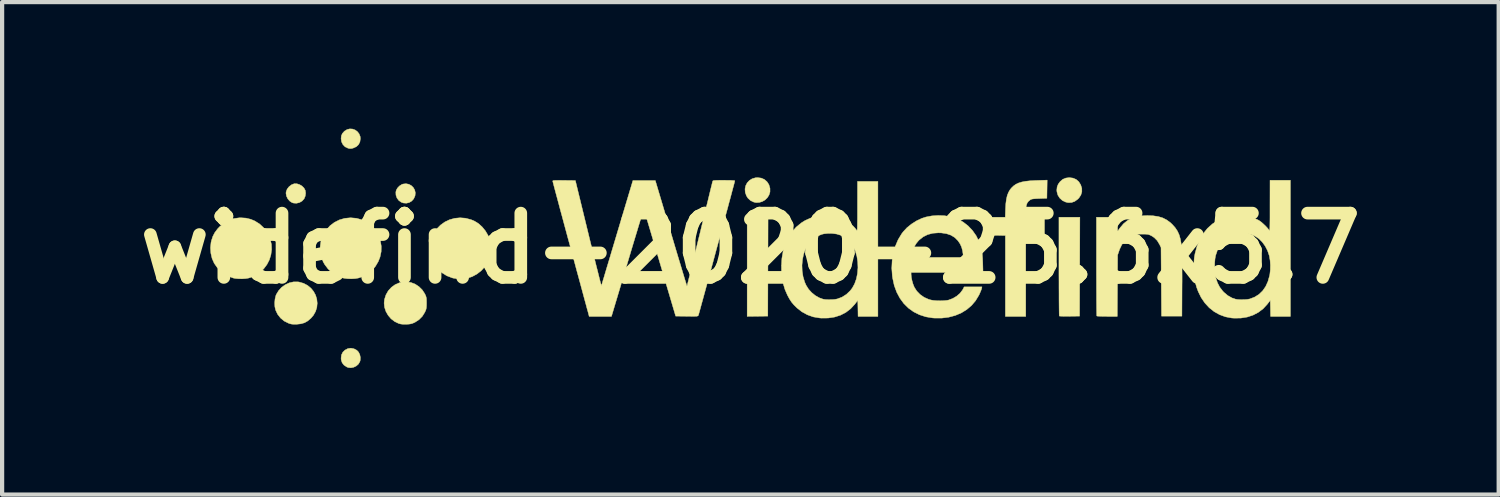
<source format=kicad_pcb>
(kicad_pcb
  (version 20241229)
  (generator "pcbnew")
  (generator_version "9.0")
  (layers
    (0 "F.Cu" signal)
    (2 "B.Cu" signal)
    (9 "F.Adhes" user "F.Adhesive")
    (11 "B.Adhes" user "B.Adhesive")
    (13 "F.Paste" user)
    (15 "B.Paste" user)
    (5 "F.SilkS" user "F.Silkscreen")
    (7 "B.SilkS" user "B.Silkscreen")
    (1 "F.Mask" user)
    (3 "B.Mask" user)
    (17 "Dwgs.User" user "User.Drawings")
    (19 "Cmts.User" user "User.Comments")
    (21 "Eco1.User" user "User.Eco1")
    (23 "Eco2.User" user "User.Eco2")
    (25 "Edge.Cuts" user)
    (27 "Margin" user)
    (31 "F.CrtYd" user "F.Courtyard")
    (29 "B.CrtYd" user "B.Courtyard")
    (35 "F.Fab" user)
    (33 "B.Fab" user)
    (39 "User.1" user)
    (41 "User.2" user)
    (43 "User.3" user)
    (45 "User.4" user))
  (footprint "widefind-2020-25.6x5.7"
    (layer "F.Cu")
    (at 14.739 2.837)
    (property "Reference" "widefind-2020-25.6x5.7" (at 0 0 0) (layer "F.SilkS") (effects (font (size 1.524 1.524) (thickness 0.3))))
    (attr through_hole)
    (fp_poly (pts (xy 0.413 1.607) (xy -0.076 1.613) (xy -0.076 -0.737) (xy 0.419 -0.737) (xy 0.413 1.607)) (stroke (width 0.01) (type solid)) (fill yes) (layer "F.SilkS"))
    (fp_poly (pts (xy 7.804 1.607) (xy 7.568 1.61) (xy 7.493 1.611) (xy 7.427 1.61) (xy 7.374 1.609) (xy 7.338 1.607) (xy 7.324 1.605) (xy 7.323 1.591) (xy 7.321 1.554) (xy 7.32 1.495) (xy 7.319 1.415) (xy 7.318 1.318) (xy 7.317 1.204) (xy 7.317 1.076) (xy 7.316 0.934) (xy 7.316 0.782) (xy 7.315 0.62) (xy 7.315 0.451) (xy 7.315 0.43) (xy 7.315 -0.737) (xy 7.811 -0.737) (xy 7.804 1.607)) (stroke (width 0.01) (type solid)) (fill yes) (layer "F.SilkS"))
    (fp_poly (pts (xy -9.398 2.381) (xy -9.331 2.416) (xy -9.289 2.46) (xy -9.26 2.519) (xy -9.246 2.586) (xy -9.249 2.653) (xy -9.259 2.688) (xy -9.293 2.745) (xy -9.343 2.789) (xy -9.404 2.819) (xy -9.47 2.832) (xy -9.535 2.825) (xy -9.569 2.812) (xy -9.635 2.767) (xy -9.678 2.712) (xy -9.7 2.644) (xy -9.703 2.603) (xy -9.693 2.525) (xy -9.661 2.461) (xy -9.611 2.413) (xy -9.543 2.377) (xy -9.471 2.367) (xy -9.398 2.381)) (stroke (width 0.01) (type solid)) (fill yes) (layer "F.SilkS"))
    (fp_poly (pts (xy -8.097 -1.519) (xy -8.038 -1.487) (xy -7.99 -1.44) (xy -7.957 -1.382) (xy -7.943 -1.316) (xy -7.95 -1.245) (xy -7.95 -1.245) (xy -7.981 -1.175) (xy -8.028 -1.122) (xy -8.087 -1.086) (xy -8.155 -1.07) (xy -8.226 -1.075) (xy -8.278 -1.094) (xy -8.336 -1.136) (xy -8.378 -1.193) (xy -8.402 -1.261) (xy -8.405 -1.332) (xy -8.396 -1.375) (xy -8.367 -1.428) (xy -8.321 -1.477) (xy -8.265 -1.513) (xy -8.236 -1.524) (xy -8.164 -1.532) (xy -8.097 -1.519)) (stroke (width 0.01) (type solid)) (fill yes) (layer "F.SilkS"))
    (fp_poly (pts (xy -10.751 -1.531) (xy -10.688 -1.511) (xy -10.629 -1.476) (xy -10.582 -1.429) (xy -10.553 -1.376) (xy -10.543 -1.309) (xy -10.553 -1.238) (xy -10.58 -1.174) (xy -10.583 -1.17) (xy -10.63 -1.12) (xy -10.691 -1.085) (xy -10.76 -1.069) (xy -10.829 -1.073) (xy -10.865 -1.084) (xy -10.922 -1.122) (xy -10.967 -1.175) (xy -10.997 -1.238) (xy -11.009 -1.304) (xy -11.006 -1.338) (xy -10.982 -1.403) (xy -10.938 -1.46) (xy -10.881 -1.505) (xy -10.816 -1.531) (xy -10.811 -1.532) (xy -10.751 -1.531)) (stroke (width 0.01) (type solid)) (fill yes) (layer "F.SilkS"))
    (fp_poly (pts (xy 7.648 -1.665) (xy 7.723 -1.633) (xy 7.785 -1.579) (xy 7.831 -1.505) (xy 7.857 -1.423) (xy 7.858 -1.341) (xy 7.835 -1.264) (xy 7.788 -1.193) (xy 7.759 -1.164) (xy 7.687 -1.112) (xy 7.612 -1.086) (xy 7.532 -1.084) (xy 7.472 -1.098) (xy 7.397 -1.134) (xy 7.336 -1.189) (xy 7.291 -1.258) (xy 7.268 -1.337) (xy 7.264 -1.381) (xy 7.272 -1.455) (xy 7.297 -1.519) (xy 7.342 -1.581) (xy 7.404 -1.635) (xy 7.478 -1.666) (xy 7.56 -1.676) (xy 7.648 -1.665)) (stroke (width 0.01) (type solid)) (fill yes) (layer "F.SilkS"))
    (fp_poly (pts (xy 0.258 -1.665) (xy 0.333 -1.632) (xy 0.394 -1.579) (xy 0.439 -1.51) (xy 0.464 -1.426) (xy 0.465 -1.416) (xy 0.465 -1.337) (xy 0.442 -1.264) (xy 0.401 -1.199) (xy 0.346 -1.146) (xy 0.279 -1.108) (xy 0.205 -1.087) (xy 0.127 -1.086) (xy 0.079 -1.097) (xy 0.002 -1.134) (xy -0.058 -1.19) (xy -0.094 -1.247) (xy -0.122 -1.328) (xy -0.127 -1.408) (xy -0.111 -1.484) (xy -0.076 -1.552) (xy -0.024 -1.608) (xy 0.043 -1.65) (xy 0.122 -1.673) (xy 0.171 -1.676) (xy 0.258 -1.665)) (stroke (width 0.01) (type solid)) (fill yes) (layer "F.SilkS"))
    (fp_poly (pts (xy -9.432 -2.828) (xy -9.371 -2.806) (xy -9.318 -2.768) (xy -9.277 -2.716) (xy -9.251 -2.652) (xy -9.246 -2.6) (xy -9.257 -2.523) (xy -9.29 -2.459) (xy -9.342 -2.41) (xy -9.413 -2.378) (xy -9.417 -2.376) (xy -9.461 -2.366) (xy -9.495 -2.365) (xy -9.531 -2.372) (xy -9.542 -2.375) (xy -9.608 -2.407) (xy -9.658 -2.458) (xy -9.691 -2.523) (xy -9.703 -2.599) (xy -9.703 -2.603) (xy -9.696 -2.669) (xy -9.672 -2.723) (xy -9.627 -2.774) (xy -9.621 -2.779) (xy -9.561 -2.816) (xy -9.497 -2.832) (xy -9.432 -2.828)) (stroke (width 0.01) (type solid)) (fill yes) (layer "F.SilkS"))
    (fp_poly (pts (xy -10.699 0.799) (xy -10.591 0.83) (xy -10.497 0.88) (xy -10.418 0.945) (xy -10.355 1.022) (xy -10.308 1.109) (xy -10.279 1.203) (xy -10.269 1.301) (xy -10.278 1.399) (xy -10.308 1.496) (xy -10.359 1.587) (xy -10.417 1.655) (xy -10.492 1.72) (xy -10.569 1.764) (xy -10.656 1.789) (xy -10.757 1.8) (xy -10.821 1.8) (xy -10.869 1.797) (xy -10.909 1.789) (xy -10.947 1.776) (xy -11.051 1.724) (xy -11.138 1.652) (xy -11.207 1.564) (xy -11.255 1.463) (xy -11.273 1.383) (xy -11.277 1.293) (xy -11.269 1.202) (xy -11.249 1.119) (xy -11.238 1.092) (xy -11.182 1.001) (xy -11.11 0.923) (xy -11.024 0.862) (xy -10.929 0.818) (xy -10.829 0.795) (xy -10.727 0.795) (xy -10.699 0.799)) (stroke (width 0.01) (type solid)) (fill yes) (layer "F.SilkS"))
    (fp_poly (pts (xy -9.338 -0.712) (xy -9.211 -0.677) (xy -9.095 -0.619) (xy -8.991 -0.541) (xy -8.902 -0.444) (xy -8.829 -0.329) (xy -8.821 -0.311) (xy -8.773 -0.184) (xy -8.751 -0.054) (xy -8.753 0.078) (xy -8.78 0.207) (xy -8.821 0.311) (xy -8.89 0.428) (xy -8.977 0.528) (xy -9.081 0.61) (xy -9.197 0.672) (xy -9.293 0.704) (xy -9.371 0.717) (xy -9.461 0.722) (xy -9.553 0.719) (xy -9.637 0.708) (xy -9.671 0.7) (xy -9.799 0.65) (xy -9.913 0.579) (xy -10.012 0.488) (xy -10.094 0.379) (xy -10.127 0.32) (xy -10.171 0.206) (xy -10.195 0.083) (xy -10.198 -0.043) (xy -10.181 -0.168) (xy -10.143 -0.285) (xy -10.127 -0.32) (xy -10.054 -0.437) (xy -9.965 -0.536) (xy -9.861 -0.615) (xy -9.744 -0.674) (xy -9.617 -0.711) (xy -9.482 -0.724) (xy -9.474 -0.724) (xy -9.338 -0.712)) (stroke (width 0.01) (type solid)) (fill yes) (layer "F.SilkS"))
    (fp_poly (pts (xy -11.956 -0.716) (xy -11.846 -0.689) (xy -11.75 -0.649) (xy -11.636 -0.578) (xy -11.538 -0.487) (xy -11.458 -0.38) (xy -11.398 -0.259) (xy -11.385 -0.222) (xy -11.355 -0.095) (xy -11.35 0.031) (xy -11.367 0.155) (xy -11.404 0.274) (xy -11.461 0.384) (xy -11.536 0.484) (xy -11.627 0.571) (xy -11.733 0.641) (xy -11.853 0.692) (xy -11.896 0.705) (xy -11.962 0.716) (xy -12.043 0.722) (xy -12.128 0.721) (xy -12.207 0.714) (xy -12.252 0.706) (xy -12.358 0.668) (xy -12.463 0.61) (xy -12.56 0.536) (xy -12.644 0.449) (xy -12.711 0.354) (xy -12.761 0.241) (xy -12.79 0.117) (xy -12.799 -0.012) (xy -12.786 -0.141) (xy -12.776 -0.183) (xy -12.743 -0.284) (xy -12.697 -0.373) (xy -12.633 -0.459) (xy -12.58 -0.515) (xy -12.478 -0.602) (xy -12.369 -0.665) (xy -12.25 -0.705) (xy -12.12 -0.723) (xy -12.077 -0.724) (xy -11.956 -0.716)) (stroke (width 0.01) (type solid)) (fill yes) (layer "F.SilkS"))
    (fp_poly (pts (xy 7.029 -1.187) (xy 6.851 -1.181) (xy 6.776 -1.178) (xy 6.722 -1.174) (xy 6.684 -1.169) (xy 6.657 -1.162) (xy 6.637 -1.152) (xy 6.635 -1.15) (xy 6.594 -1.117) (xy 6.563 -1.077) (xy 6.544 -1.026) (xy 6.532 -0.961) (xy 6.528 -0.875) (xy 6.528 -0.852) (xy 6.528 -0.737) (xy 6.972 -0.737) (xy 6.972 -0.305) (xy 6.528 -0.305) (xy 6.528 1.613) (xy 6.045 1.613) (xy 6.045 -0.304) (xy 5.864 -0.308) (xy 5.683 -0.311) (xy 5.68 -0.524) (xy 5.676 -0.737) (xy 6.042 -0.737) (xy 6.049 -0.937) (xy 6.056 -1.062) (xy 6.07 -1.166) (xy 6.09 -1.253) (xy 6.119 -1.327) (xy 6.156 -1.39) (xy 6.192 -1.434) (xy 6.241 -1.481) (xy 6.295 -1.519) (xy 6.358 -1.549) (xy 6.433 -1.572) (xy 6.523 -1.589) (xy 6.632 -1.601) (xy 6.762 -1.608) (xy 6.792 -1.609) (xy 7.036 -1.617) (xy 7.029 -1.187)) (stroke (width 0.01) (type solid)) (fill yes) (layer "F.SilkS"))
    (fp_poly (pts (xy -8.044 0.811) (xy -7.945 0.85) (xy -7.856 0.909) (xy -7.779 0.985) (xy -7.719 1.077) (xy -7.715 1.086) (xy -7.697 1.123) (xy -7.687 1.155) (xy -7.68 1.191) (xy -7.678 1.236) (xy -7.677 1.295) (xy -7.678 1.358) (xy -7.681 1.402) (xy -7.687 1.438) (xy -7.698 1.472) (xy -7.717 1.512) (xy -7.717 1.514) (xy -7.777 1.611) (xy -7.855 1.69) (xy -7.95 1.752) (xy -7.96 1.757) (xy -8.008 1.778) (xy -8.05 1.79) (xy -8.095 1.797) (xy -8.156 1.8) (xy -8.16 1.8) (xy -8.233 1.8) (xy -8.289 1.794) (xy -8.337 1.781) (xy -8.338 1.781) (xy -8.435 1.734) (xy -8.519 1.669) (xy -8.587 1.589) (xy -8.639 1.499) (xy -8.672 1.4) (xy -8.683 1.298) (xy -8.674 1.211) (xy -8.639 1.102) (xy -8.584 1.006) (xy -8.51 0.925) (xy -8.422 0.861) (xy -8.32 0.816) (xy -8.254 0.8) (xy -8.148 0.794) (xy -8.044 0.811)) (stroke (width 0.01) (type solid)) (fill yes) (layer "F.SilkS"))
    (fp_poly (pts (xy -6.753 -0.714) (xy -6.623 -0.68) (xy -6.54 -0.645) (xy -6.446 -0.587) (xy -6.359 -0.508) (xy -6.282 -0.414) (xy -6.22 -0.309) (xy -6.176 -0.199) (xy -6.166 -0.162) (xy -6.148 -0.033) (xy -6.154 0.093) (xy -6.182 0.216) (xy -6.23 0.331) (xy -6.297 0.437) (xy -6.382 0.531) (xy -6.482 0.609) (xy -6.595 0.67) (xy -6.699 0.705) (xy -6.777 0.718) (xy -6.867 0.722) (xy -6.959 0.719) (xy -7.041 0.707) (xy -7.068 0.7) (xy -7.196 0.651) (xy -7.31 0.58) (xy -7.408 0.491) (xy -7.49 0.384) (xy -7.553 0.261) (xy -7.566 0.226) (xy -7.582 0.176) (xy -7.592 0.129) (xy -7.597 0.077) (xy -7.598 0.011) (xy -7.598 0) (xy -7.597 -0.069) (xy -7.593 -0.122) (xy -7.584 -0.169) (xy -7.568 -0.218) (xy -7.566 -0.226) (xy -7.509 -0.352) (xy -7.435 -0.461) (xy -7.345 -0.552) (xy -7.243 -0.625) (xy -7.13 -0.679) (xy -7.009 -0.712) (xy -6.882 -0.724) (xy -6.753 -0.714)) (stroke (width 0.01) (type solid)) (fill yes) (layer "F.SilkS"))
    (fp_poly (pts (xy 9.55 -0.771) (xy 9.671 -0.753) (xy 9.776 -0.721) (xy 9.87 -0.673) (xy 9.957 -0.609) (xy 10.002 -0.566) (xy 10.07 -0.49) (xy 10.124 -0.409) (xy 10.165 -0.32) (xy 10.194 -0.218) (xy 10.215 -0.098) (xy 10.224 -0.006) (xy 10.227 0.035) (xy 10.229 0.099) (xy 10.23 0.183) (xy 10.232 0.283) (xy 10.233 0.397) (xy 10.233 0.521) (xy 10.234 0.654) (xy 10.234 0.792) (xy 10.233 0.876) (xy 10.23 1.607) (xy 9.747 1.607) (xy 9.735 -0.019) (xy 9.701 -0.09) (xy 9.645 -0.183) (xy 9.574 -0.255) (xy 9.502 -0.301) (xy 9.469 -0.316) (xy 9.44 -0.327) (xy 9.407 -0.333) (xy 9.366 -0.336) (xy 9.308 -0.336) (xy 9.277 -0.337) (xy 9.211 -0.336) (xy 9.164 -0.334) (xy 9.128 -0.33) (xy 9.097 -0.321) (xy 9.064 -0.307) (xy 9.041 -0.297) (xy 8.946 -0.241) (xy 8.868 -0.172) (xy 8.805 -0.086) (xy 8.754 0.02) (xy 8.74 0.06) (xy 8.706 0.159) (xy 8.698 1.613) (xy 8.46 1.613) (xy 8.384 1.612) (xy 8.318 1.611) (xy 8.264 1.609) (xy 8.228 1.607) (xy 8.213 1.604) (xy 8.213 1.604) (xy 8.211 1.591) (xy 8.21 1.554) (xy 8.209 1.494) (xy 8.208 1.415) (xy 8.207 1.318) (xy 8.206 1.204) (xy 8.206 1.076) (xy 8.205 0.934) (xy 8.205 0.782) (xy 8.204 0.62) (xy 8.204 0.451) (xy 8.204 0.43) (xy 8.204 -0.737) (xy 8.699 -0.737) (xy 8.702 -0.571) (xy 8.706 -0.406) (xy 8.765 -0.487) (xy 8.845 -0.582) (xy 8.935 -0.656) (xy 9.036 -0.712) (xy 9.152 -0.75) (xy 9.285 -0.771) (xy 9.411 -0.777) (xy 9.55 -0.771)) (stroke (width 0.01) (type solid)) (fill yes) (layer "F.SilkS"))
    (fp_poly (pts (xy 3.023 1.613) (xy 2.553 1.613) (xy 2.55 1.423) (xy 2.546 1.232) (xy 2.474 1.326) (xy 2.376 1.432) (xy 2.264 1.518) (xy 2.137 1.584) (xy 1.997 1.629) (xy 1.846 1.652) (xy 1.684 1.654) (xy 1.638 1.65) (xy 1.49 1.625) (xy 1.35 1.575) (xy 1.219 1.503) (xy 1.106 1.414) (xy 1.033 1.342) (xy 0.974 1.272) (xy 0.924 1.194) (xy 0.879 1.111) (xy 0.821 0.978) (xy 0.779 0.839) (xy 0.752 0.689) (xy 0.738 0.524) (xy 0.737 0.427) (xy 0.738 0.403) (xy 1.223 0.403) (xy 1.228 0.54) (xy 1.249 0.674) (xy 1.288 0.802) (xy 1.322 0.878) (xy 1.378 0.967) (xy 1.452 1.049) (xy 1.538 1.119) (xy 1.631 1.172) (xy 1.723 1.205) (xy 1.779 1.214) (xy 1.85 1.217) (xy 1.926 1.216) (xy 1.997 1.211) (xy 2.053 1.201) (xy 2.056 1.201) (xy 2.173 1.157) (xy 2.277 1.091) (xy 2.368 1.004) (xy 2.415 0.943) (xy 2.471 0.841) (xy 2.513 0.724) (xy 2.539 0.595) (xy 2.55 0.46) (xy 2.545 0.324) (xy 2.525 0.191) (xy 2.489 0.067) (xy 2.465 0.01) (xy 2.399 -0.101) (xy 2.316 -0.195) (xy 2.218 -0.27) (xy 2.133 -0.313) (xy 2.047 -0.339) (xy 1.948 -0.353) (xy 1.845 -0.355) (xy 1.747 -0.345) (xy 1.693 -0.332) (xy 1.578 -0.285) (xy 1.478 -0.217) (xy 1.436 -0.179) (xy 1.363 -0.089) (xy 1.305 0.018) (xy 1.262 0.138) (xy 1.235 0.268) (xy 1.223 0.403) (xy 0.738 0.403) (xy 0.747 0.24) (xy 0.777 0.064) (xy 0.827 -0.1) (xy 0.895 -0.25) (xy 0.982 -0.384) (xy 1.085 -0.502) (xy 1.206 -0.602) (xy 1.295 -0.658) (xy 1.421 -0.715) (xy 1.557 -0.754) (xy 1.699 -0.775) (xy 1.844 -0.778) (xy 1.985 -0.764) (xy 2.12 -0.731) (xy 2.242 -0.68) (xy 2.282 -0.658) (xy 2.33 -0.624) (xy 2.385 -0.576) (xy 2.441 -0.522) (xy 2.489 -0.469) (xy 2.517 -0.432) (xy 2.522 -0.426) (xy 2.526 -0.424) (xy 2.53 -0.43) (xy 2.533 -0.445) (xy 2.535 -0.47) (xy 2.536 -0.509) (xy 2.537 -0.563) (xy 2.538 -0.634) (xy 2.539 -0.723) (xy 2.539 -0.834) (xy 2.539 -0.968) (xy 2.539 -0.994) (xy 2.54 -1.587) (xy 3.023 -1.587) (xy 3.023 1.613)) (stroke (width 0.01) (type solid)) (fill yes) (layer "F.SilkS"))
    (fp_poly (pts (xy 4.599 -0.773) (xy 4.74 -0.751) (xy 4.869 -0.713) (xy 4.91 -0.697) (xy 5.04 -0.626) (xy 5.159 -0.534) (xy 5.264 -0.424) (xy 5.352 -0.299) (xy 5.418 -0.165) (xy 5.448 -0.087) (xy 5.47 -0.015) (xy 5.486 0.058) (xy 5.497 0.139) (xy 5.504 0.232) (xy 5.509 0.34) (xy 5.515 0.572) (xy 3.81 0.572) (xy 3.81 0.619) (xy 3.816 0.687) (xy 3.832 0.766) (xy 3.855 0.846) (xy 3.883 0.915) (xy 3.885 0.921) (xy 3.945 1.014) (xy 4.024 1.095) (xy 4.118 1.161) (xy 4.225 1.209) (xy 4.281 1.225) (xy 4.345 1.236) (xy 4.422 1.242) (xy 4.506 1.244) (xy 4.587 1.241) (xy 4.657 1.234) (xy 4.696 1.227) (xy 4.798 1.189) (xy 4.891 1.134) (xy 4.97 1.066) (xy 5.029 0.988) (xy 5.041 0.967) (xy 5.068 0.914) (xy 5.49 0.914) (xy 5.481 0.956) (xy 5.472 0.985) (xy 5.454 1.029) (xy 5.431 1.082) (xy 5.416 1.113) (xy 5.338 1.242) (xy 5.242 1.355) (xy 5.128 1.452) (xy 5 1.531) (xy 4.858 1.591) (xy 4.704 1.632) (xy 4.54 1.653) (xy 4.367 1.653) (xy 4.322 1.65) (xy 4.159 1.623) (xy 4.008 1.574) (xy 3.87 1.505) (xy 3.746 1.416) (xy 3.637 1.308) (xy 3.545 1.182) (xy 3.469 1.04) (xy 3.411 0.882) (xy 3.373 0.708) (xy 3.365 0.655) (xy 3.352 0.472) (xy 3.361 0.29) (xy 3.376 0.194) (xy 3.817 0.194) (xy 3.817 0.199) (xy 3.821 0.203) (xy 3.831 0.206) (xy 3.849 0.209) (xy 3.878 0.211) (xy 3.918 0.213) (xy 3.973 0.214) (xy 4.044 0.215) (xy 4.134 0.216) (xy 4.244 0.216) (xy 4.377 0.216) (xy 4.432 0.216) (xy 5.052 0.216) (xy 5.046 0.162) (xy 5.03 0.057) (xy 5.007 -0.029) (xy 4.973 -0.104) (xy 4.926 -0.174) (xy 4.918 -0.184) (xy 4.845 -0.257) (xy 4.755 -0.312) (xy 4.649 -0.348) (xy 4.526 -0.366) (xy 4.457 -0.368) (xy 4.323 -0.358) (xy 4.202 -0.326) (xy 4.096 -0.273) (xy 4.003 -0.199) (xy 3.989 -0.185) (xy 3.937 -0.123) (xy 3.896 -0.057) (xy 3.863 0.019) (xy 3.835 0.111) (xy 3.817 0.194) (xy 3.376 0.194) (xy 3.389 0.115) (xy 3.437 -0.051) (xy 3.503 -0.206) (xy 3.587 -0.345) (xy 3.621 -0.39) (xy 3.711 -0.488) (xy 3.82 -0.576) (xy 3.94 -0.652) (xy 4.065 -0.711) (xy 4.161 -0.742) (xy 4.303 -0.769) (xy 4.451 -0.779) (xy 4.599 -0.773)) (stroke (width 0.01) (type solid)) (fill yes) (layer "F.SilkS"))
    (fp_poly (pts (xy 12.802 1.613) (xy 12.332 1.613) (xy 12.329 1.423) (xy 12.325 1.232) (xy 12.253 1.326) (xy 12.156 1.431) (xy 12.043 1.517) (xy 11.917 1.583) (xy 11.778 1.629) (xy 11.628 1.653) (xy 11.47 1.655) (xy 11.41 1.651) (xy 11.262 1.623) (xy 11.123 1.572) (xy 10.994 1.5) (xy 10.877 1.407) (xy 10.774 1.295) (xy 10.686 1.166) (xy 10.615 1.021) (xy 10.613 1.014) (xy 10.581 0.929) (xy 10.558 0.848) (xy 10.541 0.765) (xy 10.529 0.673) (xy 10.522 0.567) (xy 10.519 0.489) (xy 10.518 0.443) (xy 11.006 0.443) (xy 11.01 0.544) (xy 11.021 0.636) (xy 11.034 0.7) (xy 11.074 0.819) (xy 11.127 0.921) (xy 11.196 1.011) (xy 11.225 1.042) (xy 11.319 1.121) (xy 11.419 1.177) (xy 11.502 1.205) (xy 11.558 1.214) (xy 11.629 1.217) (xy 11.705 1.216) (xy 11.776 1.211) (xy 11.832 1.201) (xy 11.835 1.201) (xy 11.952 1.157) (xy 12.055 1.093) (xy 12.143 1.009) (xy 12.215 0.906) (xy 12.27 0.785) (xy 12.309 0.646) (xy 12.315 0.616) (xy 12.326 0.513) (xy 12.328 0.4) (xy 12.321 0.289) (xy 12.304 0.188) (xy 12.3 0.171) (xy 12.26 0.054) (xy 12.204 -0.054) (xy 12.135 -0.149) (xy 12.056 -0.228) (xy 11.97 -0.286) (xy 11.957 -0.292) (xy 11.885 -0.323) (xy 11.817 -0.342) (xy 11.742 -0.352) (xy 11.657 -0.355) (xy 11.529 -0.344) (xy 11.412 -0.311) (xy 11.307 -0.256) (xy 11.216 -0.18) (xy 11.139 -0.084) (xy 11.077 0.031) (xy 11.031 0.165) (xy 11.029 0.171) (xy 11.015 0.249) (xy 11.007 0.342) (xy 11.006 0.443) (xy 10.518 0.443) (xy 10.517 0.402) (xy 10.517 0.333) (xy 10.519 0.278) (xy 10.523 0.23) (xy 10.53 0.183) (xy 10.54 0.131) (xy 10.54 0.128) (xy 10.588 -0.048) (xy 10.653 -0.207) (xy 10.736 -0.349) (xy 10.836 -0.473) (xy 10.953 -0.578) (xy 11.074 -0.658) (xy 11.199 -0.715) (xy 11.335 -0.754) (xy 11.478 -0.775) (xy 11.622 -0.778) (xy 11.763 -0.764) (xy 11.898 -0.731) (xy 12.02 -0.681) (xy 12.061 -0.658) (xy 12.109 -0.624) (xy 12.164 -0.576) (xy 12.22 -0.522) (xy 12.268 -0.469) (xy 12.296 -0.432) (xy 12.301 -0.426) (xy 12.305 -0.424) (xy 12.309 -0.43) (xy 12.311 -0.445) (xy 12.314 -0.47) (xy 12.315 -0.509) (xy 12.316 -0.562) (xy 12.317 -0.632) (xy 12.318 -0.721) (xy 12.318 -0.831) (xy 12.318 -0.964) (xy 12.318 -1.006) (xy 12.319 -1.613) (xy 12.802 -1.613) (xy 12.802 1.613)) (stroke (width 0.01) (type solid)) (fill yes) (layer "F.SilkS"))
    (fp_poly (pts (xy -0.536 -1.612) (xy -0.463 -1.611) (xy -0.409 -1.608) (xy -0.377 -1.604) (xy -0.368 -1.6) (xy -0.372 -1.587) (xy -0.381 -1.55) (xy -0.396 -1.492) (xy -0.417 -1.415) (xy -0.442 -1.321) (xy -0.471 -1.211) (xy -0.505 -1.087) (xy -0.541 -0.951) (xy -0.581 -0.805) (xy -0.623 -0.65) (xy -0.666 -0.489) (xy -0.711 -0.322) (xy -0.757 -0.152) (xy -0.804 0.019) (xy -0.85 0.19) (xy -0.896 0.36) (xy -0.941 0.525) (xy -0.985 0.684) (xy -1.026 0.837) (xy -1.065 0.98) (xy -1.101 1.112) (xy -1.134 1.232) (xy -1.163 1.337) (xy -1.187 1.426) (xy -1.207 1.497) (xy -1.221 1.548) (xy -1.23 1.578) (xy -1.232 1.585) (xy -1.237 1.594) (xy -1.244 1.601) (xy -1.256 1.606) (xy -1.277 1.61) (xy -1.311 1.611) (xy -1.36 1.612) (xy -1.428 1.611) (xy -1.508 1.61) (xy -1.771 1.607) (xy -2.146 0.34) (xy -2.197 0.166) (xy -2.247 -0.000145) (xy -2.294 -0.158) (xy -2.338 -0.306) (xy -2.378 -0.441) (xy -2.415 -0.564) (xy -2.447 -0.671) (xy -2.475 -0.762) (xy -2.497 -0.834) (xy -2.514 -0.887) (xy -2.524 -0.918) (xy -2.527 -0.927) (xy -2.532 -0.915) (xy -2.543 -0.88) (xy -2.56 -0.825) (xy -2.584 -0.749) (xy -2.612 -0.656) (xy -2.646 -0.546) (xy -2.683 -0.422) (xy -2.725 -0.284) (xy -2.77 -0.135) (xy -2.818 0.024) (xy -2.868 0.192) (xy -2.913 0.343) (xy -3.293 1.613) (xy -3.822 1.613) (xy -3.836 1.559) (xy -3.841 1.54) (xy -3.852 1.498) (xy -3.87 1.435) (xy -3.892 1.352) (xy -3.92 1.25) (xy -3.952 1.132) (xy -3.988 0.998) (xy -4.028 0.85) (xy -4.071 0.691) (xy -4.118 0.52) (xy -4.166 0.34) (xy -4.217 0.153) (xy -4.268 -0.036) (xy -4.321 -0.228) (xy -4.371 -0.414) (xy -4.419 -0.592) (xy -4.464 -0.76) (xy -4.507 -0.917) (xy -4.545 -1.061) (xy -4.58 -1.192) (xy -4.611 -1.306) (xy -4.637 -1.404) (xy -4.658 -1.483) (xy -4.673 -1.542) (xy -4.683 -1.58) (xy -4.686 -1.595) (xy -4.686 -1.595) (xy -4.683 -1.601) (xy -4.672 -1.606) (xy -4.649 -1.609) (xy -4.613 -1.61) (xy -4.559 -1.611) (xy -4.485 -1.611) (xy -4.418 -1.61) (xy -4.149 -1.607) (xy -3.843 -0.352) (xy -3.801 -0.179) (xy -3.76 -0.013) (xy -3.721 0.144) (xy -3.685 0.29) (xy -3.652 0.424) (xy -3.621 0.544) (xy -3.595 0.649) (xy -3.573 0.737) (xy -3.555 0.806) (xy -3.541 0.854) (xy -3.534 0.881) (xy -3.532 0.886) (xy -3.527 0.872) (xy -3.516 0.835) (xy -3.499 0.777) (xy -3.475 0.7) (xy -3.447 0.605) (xy -3.414 0.494) (xy -3.376 0.368) (xy -3.334 0.229) (xy -3.29 0.08) (xy -3.242 -0.08) (xy -3.192 -0.247) (xy -3.156 -0.368) (xy -2.785 -1.607) (xy -2.254 -1.607) (xy -1.88 -0.353) (xy -1.829 -0.18) (xy -1.78 -0.015) (xy -1.733 0.142) (xy -1.689 0.288) (xy -1.648 0.423) (xy -1.612 0.544) (xy -1.58 0.65) (xy -1.553 0.739) (xy -1.531 0.81) (xy -1.515 0.861) (xy -1.506 0.891) (xy -1.503 0.898) (xy -1.5 0.885) (xy -1.491 0.85) (xy -1.477 0.793) (xy -1.458 0.716) (xy -1.434 0.621) (xy -1.407 0.51) (xy -1.376 0.385) (xy -1.342 0.246) (xy -1.306 0.096) (xy -1.267 -0.064) (xy -1.226 -0.233) (xy -1.2 -0.337) (xy -1.158 -0.51) (xy -1.118 -0.675) (xy -1.079 -0.833) (xy -1.044 -0.98) (xy -1.01 -1.116) (xy -0.981 -1.237) (xy -0.955 -1.344) (xy -0.933 -1.434) (xy -0.915 -1.505) (xy -0.903 -1.556) (xy -0.895 -1.585) (xy -0.894 -1.591) (xy -0.89 -1.598) (xy -0.88 -1.604) (xy -0.862 -1.608) (xy -0.832 -1.61) (xy -0.786 -1.612) (xy -0.722 -1.613) (xy -0.636 -1.613) (xy -0.628 -1.613) (xy -0.536 -1.612)) (stroke (width 0.01) (type solid)) (fill yes) (layer "F.SilkS")))
  (gr_rect
    (start -3 -3)
    (end 32.479 8.674)
    (stroke (width 0.1) (type default))
    (fill no)
    (layer "Edge.Cuts")))
</source>
